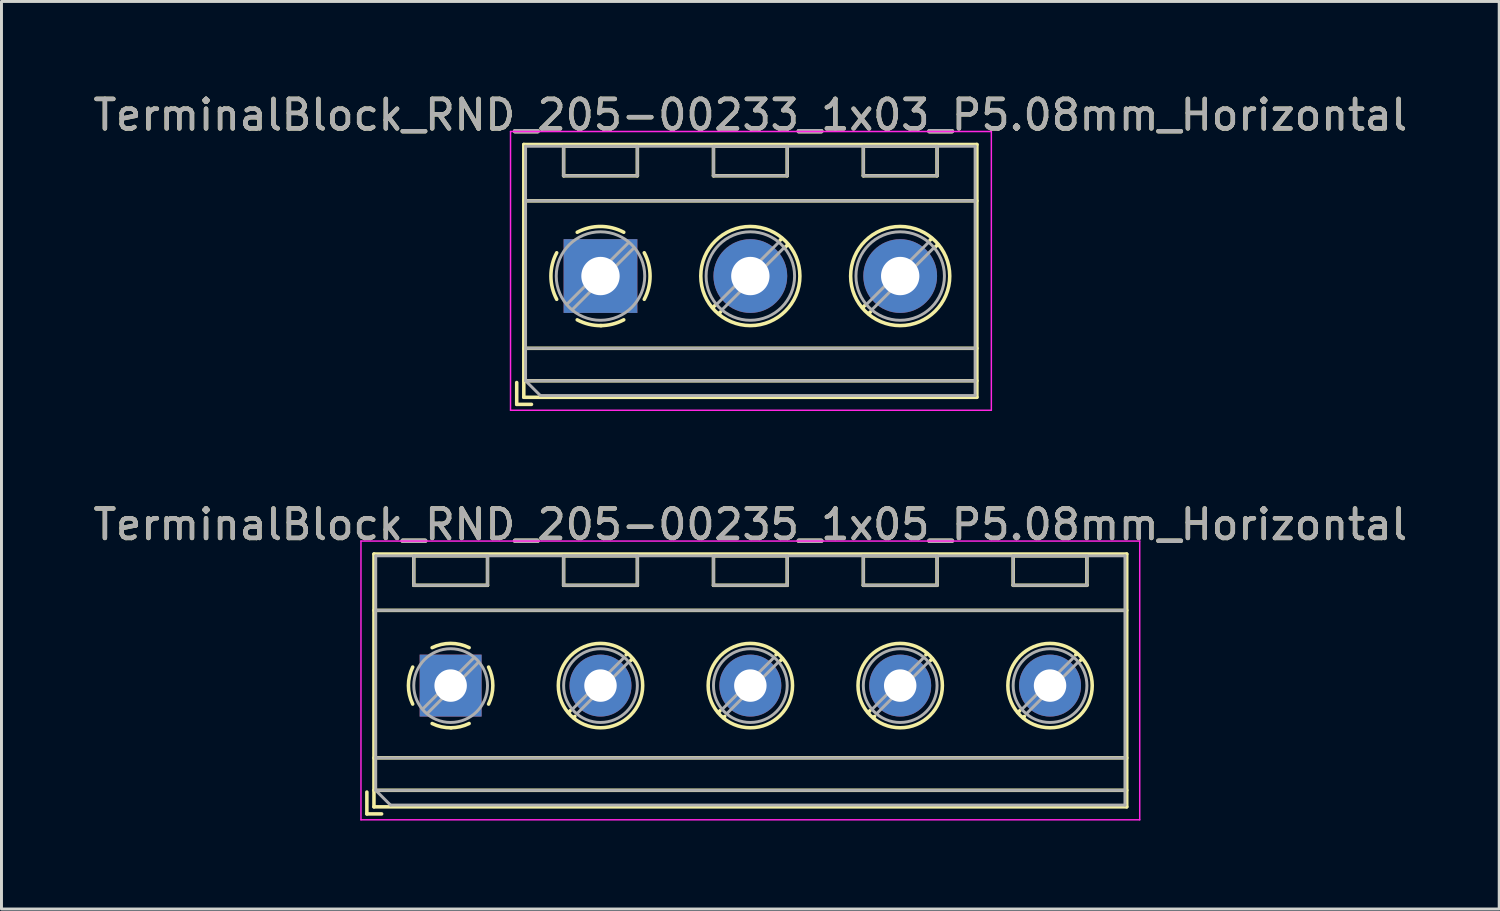
<source format=kicad_pcb>
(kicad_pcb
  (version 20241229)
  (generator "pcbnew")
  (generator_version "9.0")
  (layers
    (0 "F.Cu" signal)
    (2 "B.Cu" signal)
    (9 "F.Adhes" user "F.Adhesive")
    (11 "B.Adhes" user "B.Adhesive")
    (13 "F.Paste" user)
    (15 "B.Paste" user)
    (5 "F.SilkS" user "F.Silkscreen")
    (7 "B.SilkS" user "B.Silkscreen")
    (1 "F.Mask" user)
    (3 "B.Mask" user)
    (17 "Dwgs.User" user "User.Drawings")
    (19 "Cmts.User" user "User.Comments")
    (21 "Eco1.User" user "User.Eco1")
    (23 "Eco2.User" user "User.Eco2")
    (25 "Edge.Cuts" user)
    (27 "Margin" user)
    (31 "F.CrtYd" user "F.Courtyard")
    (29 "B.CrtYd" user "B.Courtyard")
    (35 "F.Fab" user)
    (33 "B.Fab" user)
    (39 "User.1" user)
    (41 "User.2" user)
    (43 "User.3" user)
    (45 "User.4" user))
  (footprint "TerminalBlock_RND_205-00235_1x05_P5.08mm_Horizontal"
    (layer "F.Cu")
    (at 12.227 20.192)
    (property "Reference" "TerminalBlock_RND_205-00235_1x05_P5.08mm_Horizontal" (at 10.16 -5.46 0) (layer "F.SilkS") (effects (font (size 1 1) (thickness 0.15))))
    (attr through_hole)
    (fp_line (start -2.84 3.61) (end -2.84 4.35) (stroke (width 0.12) (type solid)) (layer "F.SilkS"))
    (fp_line (start -2.84 4.35) (end -2.34 4.35) (stroke (width 0.12) (type solid)) (layer "F.SilkS"))
    (fp_line (start -2.6 -4.46) (end -2.6 4.11) (stroke (width 0.12) (type solid)) (layer "F.SilkS"))
    (fp_line (start -2.6 -4.46) (end 22.92 -4.46) (stroke (width 0.12) (type solid)) (layer "F.SilkS"))
    (fp_line (start -2.6 -2.55) (end 22.92 -2.55) (stroke (width 0.12) (type solid)) (layer "F.SilkS"))
    (fp_line (start -2.6 2.45) (end 22.92 2.45) (stroke (width 0.12) (type solid)) (layer "F.SilkS"))
    (fp_line (start -2.6 3.55) (end 22.92 3.55) (stroke (width 0.12) (type solid)) (layer "F.SilkS"))
    (fp_line (start -2.6 4.11) (end 22.92 4.11) (stroke (width 0.12) (type solid)) (layer "F.SilkS"))
    (fp_line (start -1.25 -4.4) (end -1.25 -3.4) (stroke (width 0.12) (type solid)) (layer "F.SilkS"))
    (fp_line (start -1.25 -4.4) (end 1.25 -4.4) (stroke (width 0.12) (type solid)) (layer "F.SilkS"))
    (fp_line (start -1.25 -3.4) (end 1.25 -3.4) (stroke (width 0.12) (type solid)) (layer "F.SilkS"))
    (fp_line (start 1.25 -4.4) (end 1.25 -3.4) (stroke (width 0.12) (type solid)) (layer "F.SilkS"))
    (fp_line (start 3.83 -4.4) (end 3.83 -3.4) (stroke (width 0.12) (type solid)) (layer "F.SilkS"))
    (fp_line (start 3.83 -4.4) (end 6.33 -4.4) (stroke (width 0.12) (type solid)) (layer "F.SilkS"))
    (fp_line (start 3.83 -3.4) (end 6.33 -3.4) (stroke (width 0.12) (type solid)) (layer "F.SilkS"))
    (fp_line (start 4.056 0.85) (end 3.996 0.91) (stroke (width 0.12) (type solid)) (layer "F.SilkS"))
    (fp_line (start 4.21 1.045) (end 4.17 1.085) (stroke (width 0.12) (type solid)) (layer "F.SilkS"))
    (fp_line (start 5.991 -1.085) (end 5.951 -1.045) (stroke (width 0.12) (type solid)) (layer "F.SilkS"))
    (fp_line (start 6.165 -0.91) (end 6.105 -0.851) (stroke (width 0.12) (type solid)) (layer "F.SilkS"))
    (fp_line (start 6.33 -4.4) (end 6.33 -3.4) (stroke (width 0.12) (type solid)) (layer "F.SilkS"))
    (fp_line (start 8.91 -4.4) (end 8.91 -3.4) (stroke (width 0.12) (type solid)) (layer "F.SilkS"))
    (fp_line (start 8.91 -4.4) (end 11.41 -4.4) (stroke (width 0.12) (type solid)) (layer "F.SilkS"))
    (fp_line (start 8.91 -3.4) (end 11.41 -3.4) (stroke (width 0.12) (type solid)) (layer "F.SilkS"))
    (fp_line (start 9.136 0.85) (end 9.076 0.91) (stroke (width 0.12) (type solid)) (layer "F.SilkS"))
    (fp_line (start 9.29 1.045) (end 9.25 1.085) (stroke (width 0.12) (type solid)) (layer "F.SilkS"))
    (fp_line (start 11.071 -1.085) (end 11.031 -1.045) (stroke (width 0.12) (type solid)) (layer "F.SilkS"))
    (fp_line (start 11.245 -0.91) (end 11.185 -0.851) (stroke (width 0.12) (type solid)) (layer "F.SilkS"))
    (fp_line (start 11.41 -4.4) (end 11.41 -3.4) (stroke (width 0.12) (type solid)) (layer "F.SilkS"))
    (fp_line (start 13.99 -4.4) (end 13.99 -3.4) (stroke (width 0.12) (type solid)) (layer "F.SilkS"))
    (fp_line (start 13.99 -4.4) (end 16.49 -4.4) (stroke (width 0.12) (type solid)) (layer "F.SilkS"))
    (fp_line (start 13.99 -3.4) (end 16.49 -3.4) (stroke (width 0.12) (type solid)) (layer "F.SilkS"))
    (fp_line (start 14.216 0.85) (end 14.156 0.91) (stroke (width 0.12) (type solid)) (layer "F.SilkS"))
    (fp_line (start 14.37 1.045) (end 14.33 1.085) (stroke (width 0.12) (type solid)) (layer "F.SilkS"))
    (fp_line (start 16.151 -1.085) (end 16.111 -1.045) (stroke (width 0.12) (type solid)) (layer "F.SilkS"))
    (fp_line (start 16.325 -0.91) (end 16.265 -0.851) (stroke (width 0.12) (type solid)) (layer "F.SilkS"))
    (fp_line (start 16.49 -4.4) (end 16.49 -3.4) (stroke (width 0.12) (type solid)) (layer "F.SilkS"))
    (fp_line (start 19.07 -4.4) (end 19.07 -3.4) (stroke (width 0.12) (type solid)) (layer "F.SilkS"))
    (fp_line (start 19.07 -4.4) (end 21.57 -4.4) (stroke (width 0.12) (type solid)) (layer "F.SilkS"))
    (fp_line (start 19.07 -3.4) (end 21.57 -3.4) (stroke (width 0.12) (type solid)) (layer "F.SilkS"))
    (fp_line (start 19.296 0.85) (end 19.236 0.91) (stroke (width 0.12) (type solid)) (layer "F.SilkS"))
    (fp_line (start 19.45 1.045) (end 19.41 1.085) (stroke (width 0.12) (type solid)) (layer "F.SilkS"))
    (fp_line (start 21.231 -1.085) (end 21.191 -1.045) (stroke (width 0.12) (type solid)) (layer "F.SilkS"))
    (fp_line (start 21.405 -0.91) (end 21.345 -0.851) (stroke (width 0.12) (type solid)) (layer "F.SilkS"))
    (fp_line (start 21.57 -4.4) (end 21.57 -3.4) (stroke (width 0.12) (type solid)) (layer "F.SilkS"))
    (fp_line (start 22.92 -4.46) (end 22.92 4.11) (stroke (width 0.12) (type solid)) (layer "F.SilkS"))
    (fp_arc (start -1.286611 0.626746) (mid -1.431146 -0.000697) (end -1.286 -0.628) (stroke (width 0.12) (type solid)) (layer "F.SilkS"))
    (fp_arc (start -0.627362 -1.285823) (mid -0.000201 -1.430707) (end 0.627 -1.286) (stroke (width 0.12) (type solid)) (layer "F.SilkS"))
    (fp_arc (start 0.02428 1.43094) (mid -0.310437 1.397071) (end -0.628 1.286) (stroke (width 0.12) (type solid)) (layer "F.SilkS"))
    (fp_arc (start 0.626871 1.285275) (mid 0.32168 1.393349) (end 0 1.43) (stroke (width 0.12) (type solid)) (layer "F.SilkS"))
    (fp_arc (start 1.285823 -0.627362) (mid 1.430707 -0.000201) (end 1.286 0.627) (stroke (width 0.12) (type solid)) (layer "F.SilkS"))
    (fp_circle (center 5.08 0) (end 6.51 0) (stroke (width 0.12) (type solid)) (fill no) (layer "F.SilkS"))
    (fp_circle (center 10.16 0) (end 11.59 0) (stroke (width 0.12) (type solid)) (fill no) (layer "F.SilkS"))
    (fp_circle (center 15.24 0) (end 16.67 0) (stroke (width 0.12) (type solid)) (fill no) (layer "F.SilkS"))
    (fp_circle (center 20.32 0) (end 21.75 0) (stroke (width 0.12) (type solid)) (fill no) (layer "F.SilkS"))
    (fp_line (start -3.04 -4.9) (end -3.04 4.55) (stroke (width 0.05) (type solid)) (layer "F.CrtYd"))
    (fp_line (start -3.04 4.55) (end 23.36 4.55) (stroke (width 0.05) (type solid)) (layer "F.CrtYd"))
    (fp_line (start 23.36 -4.9) (end -3.04 -4.9) (stroke (width 0.05) (type solid)) (layer "F.CrtYd"))
    (fp_line (start 23.36 4.55) (end 23.36 -4.9) (stroke (width 0.05) (type solid)) (layer "F.CrtYd"))
    (fp_line (start -2.54 -4.4) (end 22.86 -4.4) (stroke (width 0.1) (type solid)) (layer "F.Fab"))
    (fp_line (start -2.54 -2.55) (end 22.86 -2.55) (stroke (width 0.1) (type solid)) (layer "F.Fab"))
    (fp_line (start -2.54 2.45) (end 22.86 2.45) (stroke (width 0.1) (type solid)) (layer "F.Fab"))
    (fp_line (start -2.54 3.55) (end -2.54 -4.4) (stroke (width 0.1) (type solid)) (layer "F.Fab"))
    (fp_line (start -2.54 3.55) (end 22.86 3.55) (stroke (width 0.1) (type solid)) (layer "F.Fab"))
    (fp_line (start -2.04 4.05) (end -2.54 3.55) (stroke (width 0.1) (type solid)) (layer "F.Fab"))
    (fp_line (start -1.25 -4.4) (end -1.25 -3.4) (stroke (width 0.1) (type solid)) (layer "F.Fab"))
    (fp_line (start -1.25 -3.4) (end 1.25 -3.4) (stroke (width 0.1) (type solid)) (layer "F.Fab"))
    (fp_line (start 0.796 -0.948) (end -0.949 0.796) (stroke (width 0.1) (type solid)) (layer "F.Fab"))
    (fp_line (start 0.949 -0.796) (end -0.796 0.948) (stroke (width 0.1) (type solid)) (layer "F.Fab"))
    (fp_line (start 1.25 -4.4) (end -1.25 -4.4) (stroke (width 0.1) (type solid)) (layer "F.Fab"))
    (fp_line (start 1.25 -3.4) (end 1.25 -4.4) (stroke (width 0.1) (type solid)) (layer "F.Fab"))
    (fp_line (start 3.83 -4.4) (end 3.83 -3.4) (stroke (width 0.1) (type solid)) (layer "F.Fab"))
    (fp_line (start 3.83 -3.4) (end 6.33 -3.4) (stroke (width 0.1) (type solid)) (layer "F.Fab"))
    (fp_line (start 5.876 -0.948) (end 4.132 0.796) (stroke (width 0.1) (type solid)) (layer "F.Fab"))
    (fp_line (start 6.029 -0.796) (end 4.285 0.948) (stroke (width 0.1) (type solid)) (layer "F.Fab"))
    (fp_line (start 6.33 -4.4) (end 3.83 -4.4) (stroke (width 0.1) (type solid)) (layer "F.Fab"))
    (fp_line (start 6.33 -3.4) (end 6.33 -4.4) (stroke (width 0.1) (type solid)) (layer "F.Fab"))
    (fp_line (start 8.91 -4.4) (end 8.91 -3.4) (stroke (width 0.1) (type solid)) (layer "F.Fab"))
    (fp_line (start 8.91 -3.4) (end 11.41 -3.4) (stroke (width 0.1) (type solid)) (layer "F.Fab"))
    (fp_line (start 10.956 -0.948) (end 9.212 0.796) (stroke (width 0.1) (type solid)) (layer "F.Fab"))
    (fp_line (start 11.109 -0.796) (end 9.365 0.948) (stroke (width 0.1) (type solid)) (layer "F.Fab"))
    (fp_line (start 11.41 -4.4) (end 8.91 -4.4) (stroke (width 0.1) (type solid)) (layer "F.Fab"))
    (fp_line (start 11.41 -3.4) (end 11.41 -4.4) (stroke (width 0.1) (type solid)) (layer "F.Fab"))
    (fp_line (start 13.99 -4.4) (end 13.99 -3.4) (stroke (width 0.1) (type solid)) (layer "F.Fab"))
    (fp_line (start 13.99 -3.4) (end 16.49 -3.4) (stroke (width 0.1) (type solid)) (layer "F.Fab"))
    (fp_line (start 16.036 -0.948) (end 14.292 0.796) (stroke (width 0.1) (type solid)) (layer "F.Fab"))
    (fp_line (start 16.189 -0.796) (end 14.445 0.948) (stroke (width 0.1) (type solid)) (layer "F.Fab"))
    (fp_line (start 16.49 -4.4) (end 13.99 -4.4) (stroke (width 0.1) (type solid)) (layer "F.Fab"))
    (fp_line (start 16.49 -3.4) (end 16.49 -4.4) (stroke (width 0.1) (type solid)) (layer "F.Fab"))
    (fp_line (start 19.07 -4.4) (end 19.07 -3.4) (stroke (width 0.1) (type solid)) (layer "F.Fab"))
    (fp_line (start 19.07 -3.4) (end 21.57 -3.4) (stroke (width 0.1) (type solid)) (layer "F.Fab"))
    (fp_line (start 21.116 -0.948) (end 19.372 0.796) (stroke (width 0.1) (type solid)) (layer "F.Fab"))
    (fp_line (start 21.269 -0.796) (end 19.525 0.948) (stroke (width 0.1) (type solid)) (layer "F.Fab"))
    (fp_line (start 21.57 -4.4) (end 19.07 -4.4) (stroke (width 0.1) (type solid)) (layer "F.Fab"))
    (fp_line (start 21.57 -3.4) (end 21.57 -4.4) (stroke (width 0.1) (type solid)) (layer "F.Fab"))
    (fp_line (start 22.86 -4.4) (end 22.86 4.05) (stroke (width 0.1) (type solid)) (layer "F.Fab"))
    (fp_line (start 22.86 4.05) (end -2.04 4.05) (stroke (width 0.1) (type solid)) (layer "F.Fab"))
    (fp_circle (center 0 0) (end 1.25 0) (stroke (width 0.1) (type solid)) (fill no) (layer "F.Fab"))
    (fp_circle (center 5.08 0) (end 6.33 0) (stroke (width 0.1) (type solid)) (fill no) (layer "F.Fab"))
    (fp_circle (center 10.16 0) (end 11.41 0) (stroke (width 0.1) (type solid)) (fill no) (layer "F.Fab"))
    (fp_circle (center 15.24 0) (end 16.49 0) (stroke (width 0.1) (type solid)) (fill no) (layer "F.Fab"))
    (fp_circle (center 20.32 0) (end 21.57 0) (stroke (width 0.1) (type solid)) (fill no) (layer "F.Fab"))
    (fp_text user "${REFERENCE}" (at 10.16 -5.46 0) (layer "F.Fab") (effects (font (size 1 1) (thickness 0.15))))
    (pad "1" thru_hole rect (at 0 0) (size 2.1 2.1) (drill 1.1) (layers "*.Cu" "*.Mask"))
    (pad "2" thru_hole circle (at 5.08 0) (size 2.1 2.1) (drill 1.1) (layers "*.Cu" "*.Mask"))
    (pad "3" thru_hole circle (at 10.16 0) (size 2.1 2.1) (drill 1.1) (layers "*.Cu" "*.Mask"))
    (pad "4" thru_hole circle (at 15.24 0) (size 2.1 2.1) (drill 1.1) (layers "*.Cu" "*.Mask"))
    (pad "5" thru_hole circle (at 20.32 0) (size 2.1 2.1) (drill 1.1) (layers "*.Cu" "*.Mask")))
  (footprint "TerminalBlock_RND_205-00233_1x03_P5.08mm_Horizontal"
    (layer "F.Cu")
    (at 17.307 6.308)
    (property "Reference" "TerminalBlock_RND_205-00233_1x03_P5.08mm_Horizontal" (at 5.08 -5.46 0) (layer "F.SilkS") (effects (font (size 1 1) (thickness 0.15))))
    (attr through_hole)
    (fp_line (start -2.84 3.61) (end -2.84 4.35) (stroke (width 0.12) (type solid)) (layer "F.SilkS"))
    (fp_line (start -2.84 4.35) (end -2.34 4.35) (stroke (width 0.12) (type solid)) (layer "F.SilkS"))
    (fp_line (start -2.6 -4.46) (end -2.6 4.11) (stroke (width 0.12) (type solid)) (layer "F.SilkS"))
    (fp_line (start -2.6 -4.46) (end 12.76 -4.46) (stroke (width 0.12) (type solid)) (layer "F.SilkS"))
    (fp_line (start -2.6 -2.55) (end 12.76 -2.55) (stroke (width 0.12) (type solid)) (layer "F.SilkS"))
    (fp_line (start -2.6 2.45) (end 12.76 2.45) (stroke (width 0.12) (type solid)) (layer "F.SilkS"))
    (fp_line (start -2.6 3.55) (end 12.76 3.55) (stroke (width 0.12) (type solid)) (layer "F.SilkS"))
    (fp_line (start -2.6 4.11) (end 12.76 4.11) (stroke (width 0.12) (type solid)) (layer "F.SilkS"))
    (fp_line (start -1.25 -4.4) (end -1.25 -3.4) (stroke (width 0.12) (type solid)) (layer "F.SilkS"))
    (fp_line (start -1.25 -4.4) (end 1.25 -4.4) (stroke (width 0.12) (type solid)) (layer "F.SilkS"))
    (fp_line (start -1.25 -3.4) (end 1.25 -3.4) (stroke (width 0.12) (type solid)) (layer "F.SilkS"))
    (fp_line (start 1.25 -4.4) (end 1.25 -3.4) (stroke (width 0.12) (type solid)) (layer "F.SilkS"))
    (fp_line (start 3.83 -4.4) (end 3.83 -3.4) (stroke (width 0.12) (type solid)) (layer "F.SilkS"))
    (fp_line (start 3.83 -4.4) (end 6.33 -4.4) (stroke (width 0.12) (type solid)) (layer "F.SilkS"))
    (fp_line (start 3.83 -3.4) (end 6.33 -3.4) (stroke (width 0.12) (type solid)) (layer "F.SilkS"))
    (fp_line (start 3.9 0.976) (end 3.806 1.069) (stroke (width 0.12) (type solid)) (layer "F.SilkS"))
    (fp_line (start 4.07 1.216) (end 4.011 1.274) (stroke (width 0.12) (type solid)) (layer "F.SilkS"))
    (fp_line (start 6.15 -1.275) (end 6.091 -1.216) (stroke (width 0.12) (type solid)) (layer "F.SilkS"))
    (fp_line (start 6.33 -4.4) (end 6.33 -3.4) (stroke (width 0.12) (type solid)) (layer "F.SilkS"))
    (fp_line (start 6.355 -1.069) (end 6.261 -0.976) (stroke (width 0.12) (type solid)) (layer "F.SilkS"))
    (fp_line (start 8.91 -4.4) (end 8.91 -3.4) (stroke (width 0.12) (type solid)) (layer "F.SilkS"))
    (fp_line (start 8.91 -4.4) (end 11.41 -4.4) (stroke (width 0.12) (type solid)) (layer "F.SilkS"))
    (fp_line (start 8.91 -3.4) (end 11.41 -3.4) (stroke (width 0.12) (type solid)) (layer "F.SilkS"))
    (fp_line (start 8.98 0.976) (end 8.886 1.069) (stroke (width 0.12) (type solid)) (layer "F.SilkS"))
    (fp_line (start 9.15 1.216) (end 9.091 1.274) (stroke (width 0.12) (type solid)) (layer "F.SilkS"))
    (fp_line (start 11.23 -1.275) (end 11.171 -1.216) (stroke (width 0.12) (type solid)) (layer "F.SilkS"))
    (fp_line (start 11.41 -4.4) (end 11.41 -3.4) (stroke (width 0.12) (type solid)) (layer "F.SilkS"))
    (fp_line (start 11.435 -1.069) (end 11.341 -0.976) (stroke (width 0.12) (type solid)) (layer "F.SilkS"))
    (fp_line (start 12.76 -4.46) (end 12.76 4.11) (stroke (width 0.12) (type solid)) (layer "F.SilkS"))
    (fp_arc (start -1.483953 0.789089) (mid -1.680708 0.00005) (end -1.484 -0.789) (stroke (width 0.12) (type solid)) (layer "F.SilkS"))
    (fp_arc (start -0.789089 -1.483953) (mid -0.00005 -1.680708) (end 0.789 -1.484) (stroke (width 0.12) (type solid)) (layer "F.SilkS"))
    (fp_arc (start 0.029383 1.68045) (mid -0.392304 1.634281) (end -0.789 1.484) (stroke (width 0.12) (type solid)) (layer "F.SilkS"))
    (fp_arc (start 0.788712 1.483352) (mid 0.406429 1.630097) (end 0 1.68) (stroke (width 0.12) (type solid)) (layer "F.SilkS"))
    (fp_arc (start 1.483953 -0.789089) (mid 1.680708 -0.00005) (end 1.484 0.789) (stroke (width 0.12) (type solid)) (layer "F.SilkS"))
    (fp_circle (center 5.08 0) (end 6.76 0) (stroke (width 0.12) (type solid)) (fill no) (layer "F.SilkS"))
    (fp_circle (center 10.16 0) (end 11.84 0) (stroke (width 0.12) (type solid)) (fill no) (layer "F.SilkS"))
    (fp_line (start -3.05 -4.9) (end -3.05 4.55) (stroke (width 0.05) (type solid)) (layer "F.CrtYd"))
    (fp_line (start -3.05 4.55) (end 13.25 4.55) (stroke (width 0.05) (type solid)) (layer "F.CrtYd"))
    (fp_line (start 13.25 -4.9) (end -3.05 -4.9) (stroke (width 0.05) (type solid)) (layer "F.CrtYd"))
    (fp_line (start 13.25 4.55) (end 13.25 -4.9) (stroke (width 0.05) (type solid)) (layer "F.CrtYd"))
    (fp_line (start -2.54 -4.4) (end 12.7 -4.4) (stroke (width 0.1) (type solid)) (layer "F.Fab"))
    (fp_line (start -2.54 -2.55) (end 12.7 -2.55) (stroke (width 0.1) (type solid)) (layer "F.Fab"))
    (fp_line (start -2.54 2.45) (end 12.7 2.45) (stroke (width 0.1) (type solid)) (layer "F.Fab"))
    (fp_line (start -2.54 3.55) (end -2.54 -4.4) (stroke (width 0.1) (type solid)) (layer "F.Fab"))
    (fp_line (start -2.54 3.55) (end 12.7 3.55) (stroke (width 0.1) (type solid)) (layer "F.Fab"))
    (fp_line (start -2.04 4.05) (end -2.54 3.55) (stroke (width 0.1) (type solid)) (layer "F.Fab"))
    (fp_line (start -1.25 -4.4) (end -1.25 -3.4) (stroke (width 0.1) (type solid)) (layer "F.Fab"))
    (fp_line (start -1.25 -3.4) (end 1.25 -3.4) (stroke (width 0.1) (type solid)) (layer "F.Fab"))
    (fp_line (start 0.955 -1.138) (end -1.138 0.955) (stroke (width 0.1) (type solid)) (layer "F.Fab"))
    (fp_line (start 1.138 -0.955) (end -0.955 1.138) (stroke (width 0.1) (type solid)) (layer "F.Fab"))
    (fp_line (start 1.25 -4.4) (end -1.25 -4.4) (stroke (width 0.1) (type solid)) (layer "F.Fab"))
    (fp_line (start 1.25 -3.4) (end 1.25 -4.4) (stroke (width 0.1) (type solid)) (layer "F.Fab"))
    (fp_line (start 3.83 -4.4) (end 3.83 -3.4) (stroke (width 0.1) (type solid)) (layer "F.Fab"))
    (fp_line (start 3.83 -3.4) (end 6.33 -3.4) (stroke (width 0.1) (type solid)) (layer "F.Fab"))
    (fp_line (start 6.035 -1.138) (end 3.943 0.955) (stroke (width 0.1) (type solid)) (layer "F.Fab"))
    (fp_line (start 6.218 -0.955) (end 4.126 1.138) (stroke (width 0.1) (type solid)) (layer "F.Fab"))
    (fp_line (start 6.33 -4.4) (end 3.83 -4.4) (stroke (width 0.1) (type solid)) (layer "F.Fab"))
    (fp_line (start 6.33 -3.4) (end 6.33 -4.4) (stroke (width 0.1) (type solid)) (layer "F.Fab"))
    (fp_line (start 8.91 -4.4) (end 8.91 -3.4) (stroke (width 0.1) (type solid)) (layer "F.Fab"))
    (fp_line (start 8.91 -3.4) (end 11.41 -3.4) (stroke (width 0.1) (type solid)) (layer "F.Fab"))
    (fp_line (start 11.115 -1.138) (end 9.023 0.955) (stroke (width 0.1) (type solid)) (layer "F.Fab"))
    (fp_line (start 11.298 -0.955) (end 9.206 1.138) (stroke (width 0.1) (type solid)) (layer "F.Fab"))
    (fp_line (start 11.41 -4.4) (end 8.91 -4.4) (stroke (width 0.1) (type solid)) (layer "F.Fab"))
    (fp_line (start 11.41 -3.4) (end 11.41 -4.4) (stroke (width 0.1) (type solid)) (layer "F.Fab"))
    (fp_line (start 12.7 -4.4) (end 12.7 4.05) (stroke (width 0.1) (type solid)) (layer "F.Fab"))
    (fp_line (start 12.7 4.05) (end -2.04 4.05) (stroke (width 0.1) (type solid)) (layer "F.Fab"))
    (fp_circle (center 0 0) (end 1.5 0) (stroke (width 0.1) (type solid)) (fill no) (layer "F.Fab"))
    (fp_circle (center 5.08 0) (end 6.58 0) (stroke (width 0.1) (type solid)) (fill no) (layer "F.Fab"))
    (fp_circle (center 10.16 0) (end 11.66 0) (stroke (width 0.1) (type solid)) (fill no) (layer "F.Fab"))
    (fp_text user "${REFERENCE}" (at 5.08 -5.46 0) (layer "F.Fab") (effects (font (size 1 1) (thickness 0.15))))
    (pad "1" thru_hole rect (at 0 0) (size 2.5 2.5) (drill 1.3) (layers "*.Cu" "*.Mask"))
    (pad "2" thru_hole circle (at 5.08 0) (size 2.5 2.5) (drill 1.3) (layers "*.Cu" "*.Mask"))
    (pad "3" thru_hole circle (at 10.16 0) (size 2.5 2.5) (drill 1.3) (layers "*.Cu" "*.Mask")))
  (gr_rect
    (start -3 -3)
    (end 47.774 27.767)
    (stroke (width 0.1) (type default))
    (fill no)
    (layer "Edge.Cuts")))
</source>
